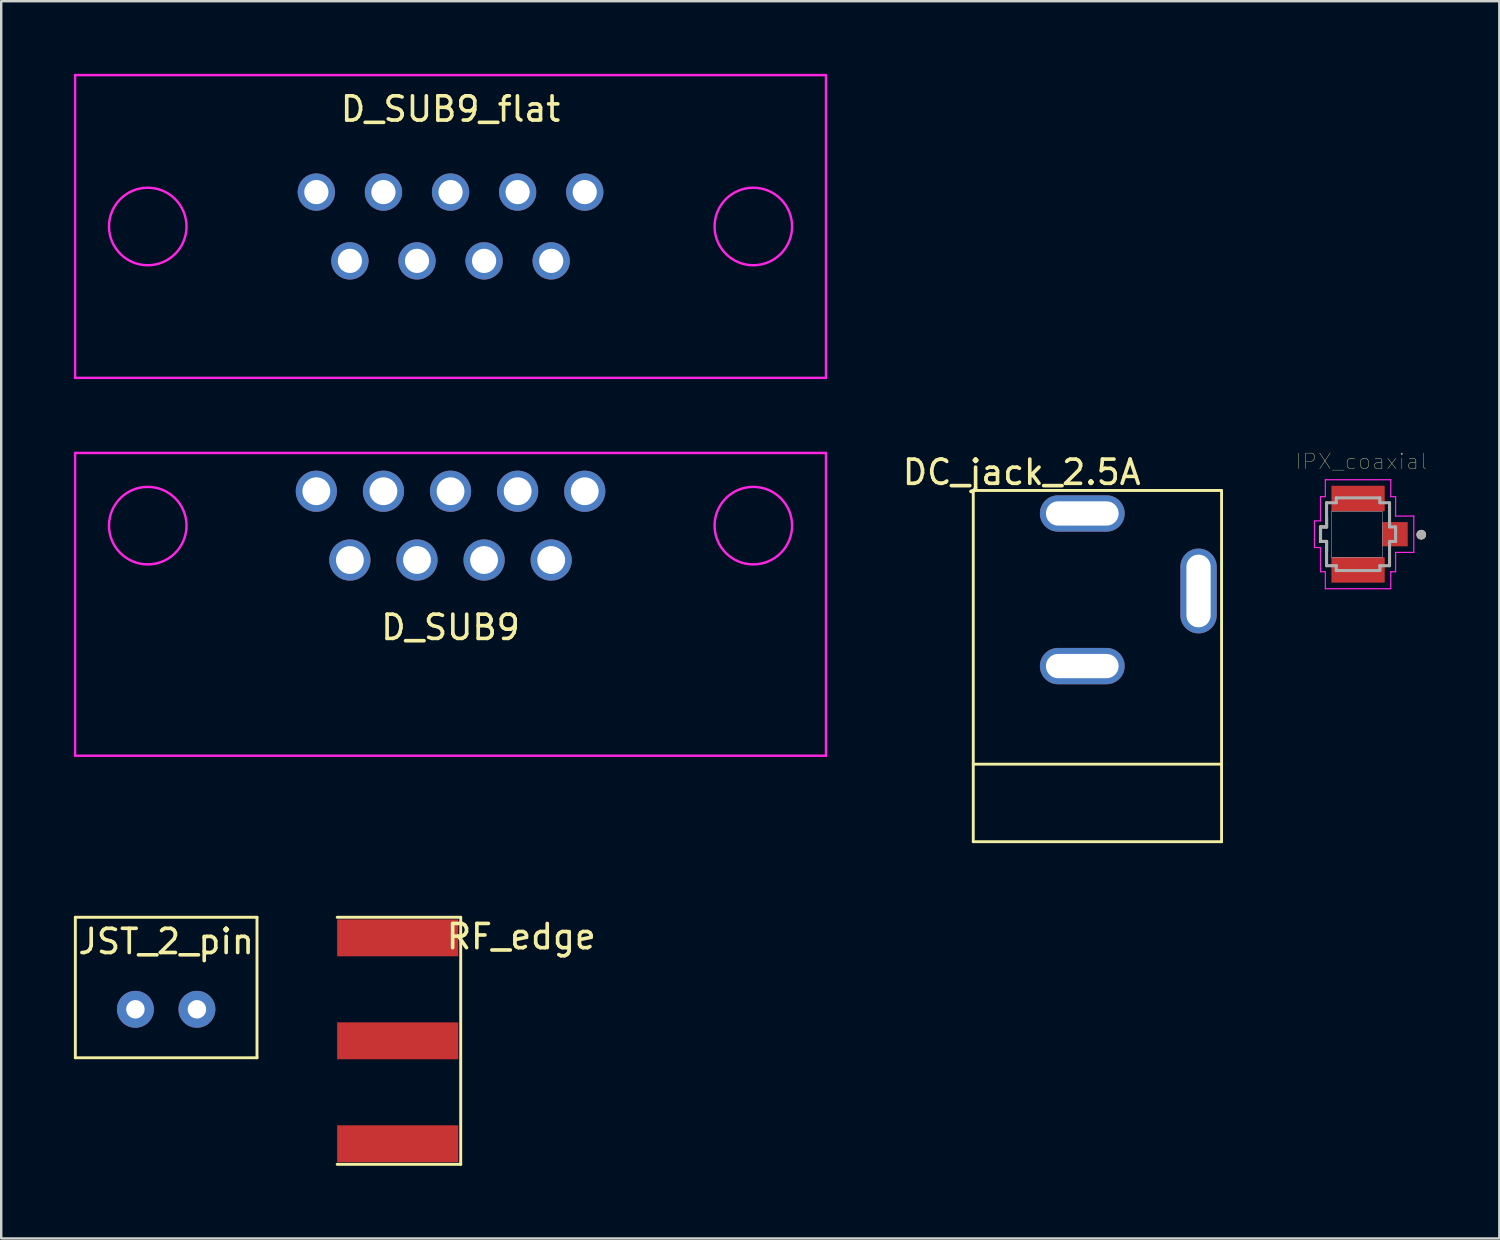
<source format=kicad_pcb>
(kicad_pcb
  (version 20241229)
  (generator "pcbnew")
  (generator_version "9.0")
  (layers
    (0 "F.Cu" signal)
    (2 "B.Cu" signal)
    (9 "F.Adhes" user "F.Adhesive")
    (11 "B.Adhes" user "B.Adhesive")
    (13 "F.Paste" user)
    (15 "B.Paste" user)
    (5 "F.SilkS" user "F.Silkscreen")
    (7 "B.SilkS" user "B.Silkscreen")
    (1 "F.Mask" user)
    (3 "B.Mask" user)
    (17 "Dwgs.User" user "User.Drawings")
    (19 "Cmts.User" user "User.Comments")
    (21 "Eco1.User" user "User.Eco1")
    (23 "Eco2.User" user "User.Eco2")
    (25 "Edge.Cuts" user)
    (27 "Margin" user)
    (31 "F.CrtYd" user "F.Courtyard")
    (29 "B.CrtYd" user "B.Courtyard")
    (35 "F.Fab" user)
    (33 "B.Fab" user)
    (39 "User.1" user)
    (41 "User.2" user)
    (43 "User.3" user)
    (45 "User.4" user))
  (footprint "D_SUB9_flat"
    (layer "F.Cu")
    (at 15.55 6.3)
    (property "Reference" "D_SUB9_flat" (at 0 -4.85 0) (layer "F.SilkS") (effects (font (size 1 1) (thickness 0.15))))
    (attr through_hole)
    (fp_line (start -15.5 -6.25) (end 15.5 -6.25) (stroke (width 0.1) (type solid)) (layer "F.CrtYd"))
    (fp_line (start -15.5 6.25) (end -15.5 -6.25) (stroke (width 0.1) (type solid)) (layer "F.CrtYd"))
    (fp_line (start -15.5 6.25) (end 15.5 6.25) (stroke (width 0.1) (type solid)) (layer "F.CrtYd"))
    (fp_line (start 15.5 6.25) (end 15.5 -6.25) (stroke (width 0.1) (type solid)) (layer "F.CrtYd"))
    (fp_circle (center -12.5 0) (end -10.9 0) (stroke (width 0.1) (type solid)) (fill no) (layer "F.CrtYd"))
    (fp_circle (center 12.5 0) (end 14.1 0) (stroke (width 0.1) (type solid)) (fill no) (layer "F.CrtYd"))
    (pad "1" thru_hole circle (at -5.54 -1.42) (size 1.54 1.54) (drill 1) (layers "*.Cu" "*.Mask"))
    (pad "2" thru_hole circle (at -2.77 -1.42) (size 1.54 1.54) (drill 1) (layers "*.Cu" "*.Mask"))
    (pad "3" thru_hole circle (at 0 -1.42) (size 1.54 1.54) (drill 1) (layers "*.Cu" "*.Mask"))
    (pad "4" thru_hole circle (at 2.77 -1.42) (size 1.54 1.54) (drill 1) (layers "*.Cu" "*.Mask"))
    (pad "5" thru_hole circle (at 5.54 -1.42) (size 1.54 1.54) (drill 1) (layers "*.Cu" "*.Mask"))
    (pad "6" thru_hole circle (at -4.155 1.42) (size 1.54 1.54) (drill 1) (layers "*.Cu" "*.Mask"))
    (pad "7" thru_hole circle (at -1.385 1.42) (size 1.54 1.54) (drill 1) (layers "*.Cu" "*.Mask"))
    (pad "8" thru_hole circle (at 1.385 1.42) (size 1.54 1.54) (drill 1) (layers "*.Cu" "*.Mask"))
    (pad "9" thru_hole circle (at 4.155 1.42) (size 1.54 1.54) (drill 1) (layers "*.Cu" "*.Mask")))
  (footprint "D_SUB9"
    (layer "F.Cu")
    (at 15.55 18.65)
    (property "Reference" "D_SUB9" (at 0 4.2 0) (layer "F.SilkS") (effects (font (size 1 1) (thickness 0.15))))
    (attr through_hole)
    (fp_line (start -15.5 -3) (end 15.5 -3) (stroke (width 0.1) (type solid)) (layer "F.CrtYd"))
    (fp_line (start -15.5 9.5) (end -15.5 -3) (stroke (width 0.1) (type solid)) (layer "F.CrtYd"))
    (fp_line (start -15.5 9.5) (end 15.5 9.5) (stroke (width 0.1) (type solid)) (layer "F.CrtYd"))
    (fp_line (start 15.5 9.5) (end 15.5 -3) (stroke (width 0.1) (type solid)) (layer "F.CrtYd"))
    (fp_circle (center -12.5 0) (end -10.9 0) (stroke (width 0.1) (type solid)) (fill no) (layer "F.CrtYd"))
    (fp_circle (center 12.5 0) (end 14.1 0) (stroke (width 0.1) (type solid)) (fill no) (layer "F.CrtYd"))
    (pad "1" thru_hole circle (at -5.54 -1.42) (size 1.7 1.7) (drill 1.15) (layers "*.Cu" "*.Mask"))
    (pad "2" thru_hole circle (at -2.77 -1.42) (size 1.7 1.7) (drill 1.15) (layers "*.Cu" "*.Mask"))
    (pad "3" thru_hole circle (at 0 -1.42) (size 1.7 1.7) (drill 1.15) (layers "*.Cu" "*.Mask"))
    (pad "4" thru_hole circle (at 2.77 -1.42) (size 1.7 1.7) (drill 1.15) (layers "*.Cu" "*.Mask"))
    (pad "5" thru_hole circle (at 5.54 -1.42) (size 1.7 1.7) (drill 1.15) (layers "*.Cu" "*.Mask"))
    (pad "6" thru_hole circle (at -4.155 1.42) (size 1.7 1.7) (drill 1.15) (layers "*.Cu" "*.Mask"))
    (pad "7" thru_hole circle (at -1.385 1.42) (size 1.7 1.7) (drill 1.15) (layers "*.Cu" "*.Mask"))
    (pad "8" thru_hole circle (at 1.385 1.42) (size 1.7 1.7) (drill 1.15) (layers "*.Cu" "*.Mask"))
    (pad "9" thru_hole circle (at 4.155 1.42) (size 1.7 1.7) (drill 1.15) (layers "*.Cu" "*.Mask")))
  (footprint "RF_edge"
    (layer "F.Cu")
    (at 10.87 39.918)
    (property "Reference" "RF_edge" (at 7.6 -4.3 0) (layer "F.SilkS") (effects (font (size 1 1) (thickness 0.15))))
    (attr through_hole)
    (fp_line (start 0 -5.1) (end 5.1 -5.1) (stroke (width 0.12) (type solid)) (layer "F.SilkS"))
    (fp_line (start 5.1 -5.1) (end 5.1 5.1) (stroke (width 0.12) (type solid)) (layer "F.SilkS"))
    (fp_line (start 5.1 5.1) (end 0 5.1) (stroke (width 0.12) (type solid)) (layer "F.SilkS"))
    (pad "1" smd rect (at 0 0) (size 5 1.524) (drill (offset 2.5 0)) (layers "F.Cu" "F.Mask" "F.Paste"))
    (pad "2" smd rect (at 0 -4.25) (size 5 1.524) (drill (offset 2.5 0)) (layers "F.Cu" "F.Mask" "F.Paste"))
    (pad "2" smd rect (at 0 4.25) (size 5 1.524) (drill (offset 2.5 0)) (layers "F.Cu" "F.Mask" "F.Paste")))
  (footprint "DC_jack_2.5A"
    (layer "F.Cu")
    (at 41.63 24.448)
    (property "Reference" "DC_jack_2.5A" (at -2.5 -8 0) (layer "F.SilkS") (effects (font (size 1 1) (thickness 0.15))))
    (attr through_hole)
    (fp_line (start -4.5 -7.25) (end -4.5 7.25) (stroke (width 0.12) (type solid)) (layer "F.SilkS"))
    (fp_line (start -4.5 -7.25) (end 5.75 -7.25) (stroke (width 0.12) (type solid)) (layer "F.SilkS"))
    (fp_line (start -4.5 4.05) (end 5.75 4.05) (stroke (width 0.12) (type solid)) (layer "F.SilkS"))
    (fp_line (start -4.5 7.25) (end 5.75 7.25) (stroke (width 0.12) (type solid)) (layer "F.SilkS"))
    (fp_line (start 5.75 -7.25) (end 5.75 7.25) (stroke (width 0.12) (type solid)) (layer "F.SilkS"))
    (pad "1" thru_hole oval (at 0 -6.3) (size 3.5 1.5) (drill oval 3 1) (layers "*.Cu" "*.Mask"))
    (pad "2" thru_hole oval (at 0 0) (size 3.5 1.5) (drill oval 3 1) (layers "*.Cu" "*.Mask"))
    (pad "3" thru_hole oval (at 4.8 -3.1 180) (size 1.5 3.5) (drill oval 1 3) (layers "*.Cu" "*.Mask")))
  (footprint "IPX_coaxial"
    (layer "F.Cu")
    (at 53.015 19.004)
    (property "Reference" "IPX_coaxial" (at 0.129 -3.003 0) (layer "F.SilkS") (effects (font (size 0.641 0.641) (thickness 0.015))))
    (attr through_hole)
    (fp_line (start -1.55 -0.3) (end -1.55 0.3) (stroke (width 0.127) (type solid)) (layer "F.SilkS"))
    (fp_line (start -1.55 0.3) (end -1.3 0.3) (stroke (width 0.127) (type solid)) (layer "F.SilkS"))
    (fp_line (start -1.3 -0.7) (end -1.3 -0.3) (stroke (width 0.127) (type solid)) (layer "F.SilkS"))
    (fp_line (start -1.3 -0.3) (end -1.55 -0.3) (stroke (width 0.127) (type solid)) (layer "F.SilkS"))
    (fp_line (start -1.3 0.3) (end -1.3 0.7) (stroke (width 0.127) (type solid)) (layer "F.SilkS"))
    (fp_circle (center 2.61 0.02) (end 2.71 0.02) (stroke (width 0.2) (type solid)) (fill no) (layer "F.SilkS"))
    (fp_poly (pts (xy -1.1 -0.95) (xy 1 -0.95) (xy 1 0.95) (xy -1.1 0.95)) (stroke (width 0.01) (type solid)) (fill no) (layer "Dwgs.User"))
    (fp_poly (pts (xy -1.1 -0.95) (xy 1 -0.95) (xy 1 0.95) (xy -1.1 0.95)) (stroke (width 0.01) (type solid)) (fill no) (layer "Dwgs.User"))
    (fp_line (start -1.8 -0.55) (end -1.8 0.55) (stroke (width 0.05) (type solid)) (layer "F.CrtYd"))
    (fp_line (start -1.8 0.55) (end -1.55 0.55) (stroke (width 0.05) (type solid)) (layer "F.CrtYd"))
    (fp_line (start -1.55 -1.55) (end -1.55 -0.55) (stroke (width 0.05) (type solid)) (layer "F.CrtYd"))
    (fp_line (start -1.55 -0.55) (end -1.8 -0.55) (stroke (width 0.05) (type solid)) (layer "F.CrtYd"))
    (fp_line (start -1.55 1.55) (end -1.55 0.55) (stroke (width 0.05) (type solid)) (layer "F.CrtYd"))
    (fp_line (start -1.35 -1.55) (end -1.55 -1.55) (stroke (width 0.05) (type solid)) (layer "F.CrtYd"))
    (fp_line (start -1.35 -1.55) (end -1.35 -2.25) (stroke (width 0.05) (type solid)) (layer "F.CrtYd"))
    (fp_line (start -1.35 1.55) (end -1.55 1.55) (stroke (width 0.05) (type solid)) (layer "F.CrtYd"))
    (fp_line (start -1.35 2.25) (end -1.35 1.55) (stroke (width 0.05) (type solid)) (layer "F.CrtYd"))
    (fp_line (start 1.35 -2.25) (end -1.35 -2.25) (stroke (width 0.05) (type solid)) (layer "F.CrtYd"))
    (fp_line (start 1.35 -2.25) (end 1.35 -1.55) (stroke (width 0.05) (type solid)) (layer "F.CrtYd"))
    (fp_line (start 1.35 -1.55) (end 1.55 -1.55) (stroke (width 0.05) (type solid)) (layer "F.CrtYd"))
    (fp_line (start 1.35 1.55) (end 1.35 2.25) (stroke (width 0.05) (type solid)) (layer "F.CrtYd"))
    (fp_line (start 1.35 1.55) (end 1.55 1.55) (stroke (width 0.05) (type solid)) (layer "F.CrtYd"))
    (fp_line (start 1.35 2.25) (end -1.35 2.25) (stroke (width 0.05) (type solid)) (layer "F.CrtYd"))
    (fp_line (start 1.55 -1.55) (end 1.55 -0.75) (stroke (width 0.05) (type solid)) (layer "F.CrtYd"))
    (fp_line (start 1.55 0.75) (end 2.3 0.75) (stroke (width 0.05) (type solid)) (layer "F.CrtYd"))
    (fp_line (start 1.55 1.55) (end 1.55 0.75) (stroke (width 0.05) (type solid)) (layer "F.CrtYd"))
    (fp_line (start 2.3 -0.75) (end 1.55 -0.75) (stroke (width 0.05) (type solid)) (layer "F.CrtYd"))
    (fp_line (start 2.3 0.75) (end 2.3 -0.75) (stroke (width 0.05) (type solid)) (layer "F.CrtYd"))
    (fp_line (start -1.55 -0.3) (end -1.55 0.3) (stroke (width 0.127) (type solid)) (layer "F.Fab"))
    (fp_line (start -1.55 0.3) (end -1.3 0.3) (stroke (width 0.127) (type solid)) (layer "F.Fab"))
    (fp_line (start -1.3 -1.3) (end -1.3 -0.3) (stroke (width 0.127) (type solid)) (layer "F.Fab"))
    (fp_line (start -1.3 -0.3) (end -1.55 -0.3) (stroke (width 0.127) (type solid)) (layer "F.Fab"))
    (fp_line (start -1.3 0.3) (end -1.3 1.3) (stroke (width 0.127) (type solid)) (layer "F.Fab"))
    (fp_line (start -1.3 1.3) (end -0.9 1.3) (stroke (width 0.127) (type solid)) (layer "F.Fab"))
    (fp_line (start -0.9 -1.5) (end -0.9 -1.3) (stroke (width 0.127) (type solid)) (layer "F.Fab"))
    (fp_line (start -0.9 -1.3) (end -1.3 -1.3) (stroke (width 0.127) (type solid)) (layer "F.Fab"))
    (fp_line (start -0.9 1.3) (end -0.9 1.5) (stroke (width 0.127) (type solid)) (layer "F.Fab"))
    (fp_line (start -0.9 1.5) (end 0.9 1.5) (stroke (width 0.127) (type solid)) (layer "F.Fab"))
    (fp_line (start 0.9 -1.5) (end -0.9 -1.5) (stroke (width 0.127) (type solid)) (layer "F.Fab"))
    (fp_line (start 0.9 -1.3) (end 0.9 -1.5) (stroke (width 0.127) (type solid)) (layer "F.Fab"))
    (fp_line (start 0.9 1.3) (end 1.3 1.3) (stroke (width 0.127) (type solid)) (layer "F.Fab"))
    (fp_line (start 0.9 1.5) (end 0.9 1.3) (stroke (width 0.127) (type solid)) (layer "F.Fab"))
    (fp_line (start 1.3 -1.3) (end 0.9 -1.3) (stroke (width 0.127) (type solid)) (layer "F.Fab"))
    (fp_line (start 1.3 -0.3) (end 1.3 -1.3) (stroke (width 0.127) (type solid)) (layer "F.Fab"))
    (fp_line (start 1.3 0.3) (end 1.55 0.3) (stroke (width 0.127) (type solid)) (layer "F.Fab"))
    (fp_line (start 1.3 1.3) (end 1.3 0.3) (stroke (width 0.127) (type solid)) (layer "F.Fab"))
    (fp_line (start 1.55 -0.3) (end 1.3 -0.3) (stroke (width 0.127) (type solid)) (layer "F.Fab"))
    (fp_line (start 1.55 0.3) (end 1.55 -0.3) (stroke (width 0.127) (type solid)) (layer "F.Fab"))
    (fp_circle (center 2.61 0.02) (end 2.71 0.02) (stroke (width 0.2) (type solid)) (fill no) (layer "F.Fab"))
    (pad "1" smd rect (at 1.525 0) (size 1.05 1) (layers "F.Cu" "F.Mask" "F.Paste"))
    (pad "2" smd rect (at 0 -1.475) (size 2.2 1.05) (layers "F.Cu" "F.Mask" "F.Paste"))
    (pad "3" smd rect (at 0 1.475) (size 2.2 1.05) (layers "F.Cu" "F.Mask" "F.Paste")))
  (footprint "JST_2_pin"
    (layer "F.Cu")
    (at 3.81 38.618)
    (property "Reference" "JST_2_pin" (at 0 -2.8 0) (layer "F.SilkS") (effects (font (size 1 1) (thickness 0.15))))
    (attr through_hole)
    (fp_line (start -3.75 -3.8) (end -3.75 2) (stroke (width 0.12) (type solid)) (layer "F.SilkS"))
    (fp_line (start -3.75 -3.8) (end 3.75 -3.8) (stroke (width 0.12) (type solid)) (layer "F.SilkS"))
    (fp_line (start -3.75 2) (end 3.75 2) (stroke (width 0.12) (type solid)) (layer "F.SilkS"))
    (fp_line (start 3.75 2) (end 3.75 -3.8) (stroke (width 0.12) (type solid)) (layer "F.SilkS"))
    (pad "1" thru_hole circle (at -1.27 0) (size 1.524 1.524) (drill 0.762) (layers "*.Cu" "*.Mask"))
    (pad "2" thru_hole circle (at 1.27 0) (size 1.524 1.524) (drill 0.762) (layers "*.Cu" "*.Mask")))
  (gr_rect
    (start -3 -3)
    (end 58.848 48.078)
    (stroke (width 0.1) (type default))
    (fill no)
    (layer "Edge.Cuts")))
</source>
